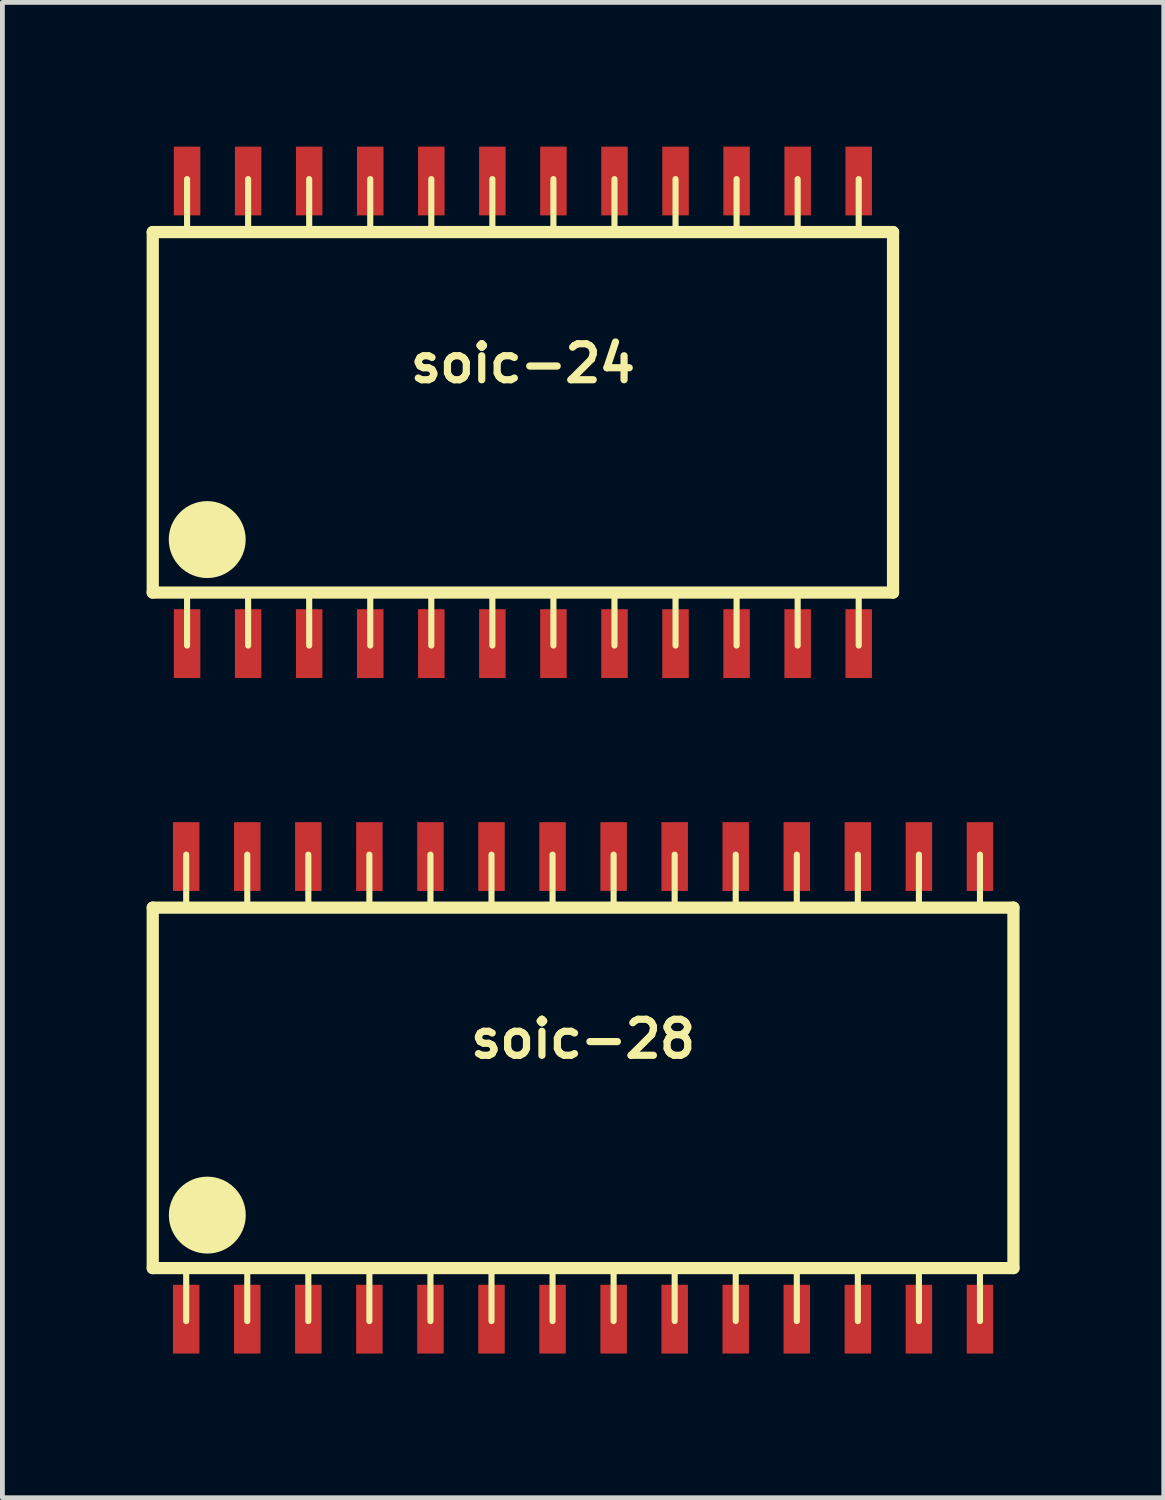
<source format=kicad_pcb>
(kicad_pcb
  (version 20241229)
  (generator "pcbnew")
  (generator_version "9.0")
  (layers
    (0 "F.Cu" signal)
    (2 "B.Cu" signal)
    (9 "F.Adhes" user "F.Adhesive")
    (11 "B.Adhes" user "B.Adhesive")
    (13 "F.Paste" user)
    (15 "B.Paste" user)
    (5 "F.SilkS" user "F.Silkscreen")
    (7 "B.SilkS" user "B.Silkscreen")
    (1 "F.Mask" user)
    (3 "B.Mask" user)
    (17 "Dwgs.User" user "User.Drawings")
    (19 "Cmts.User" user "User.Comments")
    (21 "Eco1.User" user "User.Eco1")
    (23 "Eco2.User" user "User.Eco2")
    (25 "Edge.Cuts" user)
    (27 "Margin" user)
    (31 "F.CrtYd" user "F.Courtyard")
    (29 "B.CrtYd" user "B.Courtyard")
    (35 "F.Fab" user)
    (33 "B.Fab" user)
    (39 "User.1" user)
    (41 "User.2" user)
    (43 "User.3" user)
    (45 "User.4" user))
  (footprint "soic-28"
    (layer "F.Cu")
    (at 9.078 19.577)
    (property "Reference" "soic-28" (at 0 -1.016 0) (layer "F.SilkS") (effects (font (size 0.749 0.749) (thickness 0.15))))
    (attr through_hole)
    (fp_line (start -8.951 -3.749) (end -8.951 3.749) (stroke (width 0.254) (type solid)) (layer "F.SilkS"))
    (fp_line (start -8.951 3.749) (end 8.951 3.749) (stroke (width 0.254) (type solid)) (layer "F.SilkS"))
    (fp_line (start -8.255 -4.851) (end -8.255 -3.759) (stroke (width 0.127) (type solid)) (layer "F.SilkS"))
    (fp_line (start -8.255 3.759) (end -8.255 4.851) (stroke (width 0.127) (type solid)) (layer "F.SilkS"))
    (fp_line (start -6.985 -3.759) (end -6.985 -4.851) (stroke (width 0.127) (type solid)) (layer "F.SilkS"))
    (fp_line (start -6.985 4.851) (end -6.985 3.759) (stroke (width 0.127) (type solid)) (layer "F.SilkS"))
    (fp_line (start -5.715 -3.759) (end -5.715 -4.851) (stroke (width 0.127) (type solid)) (layer "F.SilkS"))
    (fp_line (start -5.715 4.851) (end -5.715 3.759) (stroke (width 0.127) (type solid)) (layer "F.SilkS"))
    (fp_line (start -4.445 -3.759) (end -4.445 -4.851) (stroke (width 0.127) (type solid)) (layer "F.SilkS"))
    (fp_line (start -4.445 3.759) (end -4.445 4.851) (stroke (width 0.127) (type solid)) (layer "F.SilkS"))
    (fp_line (start -3.175 -3.759) (end -3.175 -4.851) (stroke (width 0.127) (type solid)) (layer "F.SilkS"))
    (fp_line (start -3.175 4.851) (end -3.175 3.759) (stroke (width 0.127) (type solid)) (layer "F.SilkS"))
    (fp_line (start -1.905 -4.851) (end -1.905 -3.759) (stroke (width 0.127) (type solid)) (layer "F.SilkS"))
    (fp_line (start -1.905 4.851) (end -1.905 3.759) (stroke (width 0.127) (type solid)) (layer "F.SilkS"))
    (fp_line (start -0.635 -4.851) (end -0.635 -3.759) (stroke (width 0.127) (type solid)) (layer "F.SilkS"))
    (fp_line (start -0.635 4.851) (end -0.635 3.759) (stroke (width 0.127) (type solid)) (layer "F.SilkS"))
    (fp_line (start 0.635 -4.851) (end 0.635 -3.759) (stroke (width 0.127) (type solid)) (layer "F.SilkS"))
    (fp_line (start 0.635 4.851) (end 0.635 3.759) (stroke (width 0.127) (type solid)) (layer "F.SilkS"))
    (fp_line (start 1.905 -3.759) (end 1.905 -4.851) (stroke (width 0.127) (type solid)) (layer "F.SilkS"))
    (fp_line (start 1.905 3.759) (end 1.905 4.851) (stroke (width 0.127) (type solid)) (layer "F.SilkS"))
    (fp_line (start 3.175 -3.759) (end 3.175 -4.851) (stroke (width 0.127) (type solid)) (layer "F.SilkS"))
    (fp_line (start 3.175 3.759) (end 3.175 4.851) (stroke (width 0.127) (type solid)) (layer "F.SilkS"))
    (fp_line (start 4.445 -3.759) (end 4.445 -4.851) (stroke (width 0.127) (type solid)) (layer "F.SilkS"))
    (fp_line (start 4.445 3.759) (end 4.445 4.851) (stroke (width 0.127) (type solid)) (layer "F.SilkS"))
    (fp_line (start 5.715 -4.851) (end 5.715 -3.759) (stroke (width 0.127) (type solid)) (layer "F.SilkS"))
    (fp_line (start 5.715 3.759) (end 5.715 4.851) (stroke (width 0.127) (type solid)) (layer "F.SilkS"))
    (fp_line (start 6.985 -4.851) (end 6.985 -3.759) (stroke (width 0.127) (type solid)) (layer "F.SilkS"))
    (fp_line (start 6.985 3.759) (end 6.985 4.851) (stroke (width 0.127) (type solid)) (layer "F.SilkS"))
    (fp_line (start 8.255 -4.851) (end 8.255 -3.759) (stroke (width 0.127) (type solid)) (layer "F.SilkS"))
    (fp_line (start 8.255 3.759) (end 8.255 4.851) (stroke (width 0.127) (type solid)) (layer "F.SilkS"))
    (fp_line (start 8.951 -3.749) (end -8.951 -3.749) (stroke (width 0.254) (type solid)) (layer "F.SilkS"))
    (fp_line (start 8.951 3.749) (end 8.951 -3.749) (stroke (width 0.254) (type solid)) (layer "F.SilkS"))
    (fp_circle (center -7.816 2.647) (end -7.416 2.647) (stroke (width 0.8) (type solid)) (fill no) (layer "F.SilkS"))
    (pad "1" smd rect (at -8.255 4.811) (size 0.551 1.43) (layers "F.Cu" "F.Mask" "F.Paste"))
    (pad "2" smd rect (at -6.985 4.811) (size 0.551 1.43) (layers "F.Cu" "F.Mask" "F.Paste"))
    (pad "3" smd rect (at -5.715 4.811) (size 0.551 1.43) (layers "F.Cu" "F.Mask" "F.Paste"))
    (pad "4" smd rect (at -4.445 4.811) (size 0.551 1.43) (layers "F.Cu" "F.Mask" "F.Paste"))
    (pad "5" smd rect (at -3.175 4.811) (size 0.551 1.43) (layers "F.Cu" "F.Mask" "F.Paste"))
    (pad "6" smd rect (at -1.905 4.811) (size 0.551 1.43) (layers "F.Cu" "F.Mask" "F.Paste"))
    (pad "7" smd rect (at -0.635 4.811) (size 0.551 1.43) (layers "F.Cu" "F.Mask" "F.Paste"))
    (pad "8" smd rect (at 0.635 4.811) (size 0.551 1.43) (layers "F.Cu" "F.Mask" "F.Paste"))
    (pad "9" smd rect (at 1.905 4.811) (size 0.551 1.43) (layers "F.Cu" "F.Mask" "F.Paste"))
    (pad "10" smd rect (at 3.175 4.811) (size 0.551 1.43) (layers "F.Cu" "F.Mask" "F.Paste"))
    (pad "11" smd rect (at 4.445 4.811) (size 0.551 1.43) (layers "F.Cu" "F.Mask" "F.Paste"))
    (pad "12" smd rect (at 5.715 4.811) (size 0.551 1.43) (layers "F.Cu" "F.Mask" "F.Paste"))
    (pad "13" smd rect (at 6.985 4.811) (size 0.551 1.43) (layers "F.Cu" "F.Mask" "F.Paste"))
    (pad "14" smd rect (at 8.255 4.811) (size 0.551 1.43) (layers "F.Cu" "F.Mask" "F.Paste"))
    (pad "15" smd rect (at 8.255 -4.811) (size 0.551 1.43) (layers "F.Cu" "F.Mask" "F.Paste"))
    (pad "16" smd rect (at 6.985 -4.811) (size 0.551 1.43) (layers "F.Cu" "F.Mask" "F.Paste"))
    (pad "17" smd rect (at 5.715 -4.811) (size 0.551 1.43) (layers "F.Cu" "F.Mask" "F.Paste"))
    (pad "18" smd rect (at 4.445 -4.811) (size 0.551 1.43) (layers "F.Cu" "F.Mask" "F.Paste"))
    (pad "19" smd rect (at 3.175 -4.811) (size 0.551 1.43) (layers "F.Cu" "F.Mask" "F.Paste"))
    (pad "20" smd rect (at 1.905 -4.811) (size 0.551 1.43) (layers "F.Cu" "F.Mask" "F.Paste"))
    (pad "21" smd rect (at 0.635 -4.811) (size 0.551 1.43) (layers "F.Cu" "F.Mask" "F.Paste"))
    (pad "22" smd rect (at -0.635 -4.811) (size 0.551 1.43) (layers "F.Cu" "F.Mask" "F.Paste"))
    (pad "23" smd rect (at -1.905 -4.811) (size 0.551 1.43) (layers "F.Cu" "F.Mask" "F.Paste"))
    (pad "24" smd rect (at -3.175 -4.811) (size 0.551 1.43) (layers "F.Cu" "F.Mask" "F.Paste"))
    (pad "25" smd rect (at -4.445 -4.811) (size 0.551 1.43) (layers "F.Cu" "F.Mask" "F.Paste"))
    (pad "26" smd rect (at -5.715 -4.811) (size 0.551 1.43) (layers "F.Cu" "F.Mask" "F.Paste"))
    (pad "27" smd rect (at -6.985 -4.811) (size 0.551 1.43) (layers "F.Cu" "F.Mask" "F.Paste"))
    (pad "28" smd rect (at -8.255 -4.811) (size 0.551 1.43) (layers "F.Cu" "F.Mask" "F.Paste")))
  (footprint "soic-24"
    (layer "F.Cu")
    (at 7.826 5.526)
    (property "Reference" "soic-24" (at 0 -1.016 0) (layer "F.SilkS") (effects (font (size 0.749 0.749) (thickness 0.15))))
    (attr through_hole)
    (fp_line (start -7.699 -3.749) (end -7.699 3.749) (stroke (width 0.254) (type solid)) (layer "F.SilkS"))
    (fp_line (start -7.699 -3.749) (end 7.699 -3.749) (stroke (width 0.254) (type solid)) (layer "F.SilkS"))
    (fp_line (start -6.985 -3.759) (end -6.985 -4.851) (stroke (width 0.127) (type solid)) (layer "F.SilkS"))
    (fp_line (start -6.985 4.851) (end -6.985 3.759) (stroke (width 0.127) (type solid)) (layer "F.SilkS"))
    (fp_line (start -5.715 -3.759) (end -5.715 -4.851) (stroke (width 0.127) (type solid)) (layer "F.SilkS"))
    (fp_line (start -5.715 4.851) (end -5.715 3.759) (stroke (width 0.127) (type solid)) (layer "F.SilkS"))
    (fp_line (start -4.445 -3.759) (end -4.445 -4.851) (stroke (width 0.127) (type solid)) (layer "F.SilkS"))
    (fp_line (start -4.445 3.759) (end -4.445 4.851) (stroke (width 0.127) (type solid)) (layer "F.SilkS"))
    (fp_line (start -3.175 -3.759) (end -3.175 -4.851) (stroke (width 0.127) (type solid)) (layer "F.SilkS"))
    (fp_line (start -3.175 4.851) (end -3.175 3.759) (stroke (width 0.127) (type solid)) (layer "F.SilkS"))
    (fp_line (start -1.905 -4.851) (end -1.905 -3.759) (stroke (width 0.127) (type solid)) (layer "F.SilkS"))
    (fp_line (start -1.905 4.851) (end -1.905 3.759) (stroke (width 0.127) (type solid)) (layer "F.SilkS"))
    (fp_line (start -0.635 -4.851) (end -0.635 -3.759) (stroke (width 0.127) (type solid)) (layer "F.SilkS"))
    (fp_line (start -0.635 4.851) (end -0.635 3.759) (stroke (width 0.127) (type solid)) (layer "F.SilkS"))
    (fp_line (start 0.635 -4.851) (end 0.635 -3.759) (stroke (width 0.127) (type solid)) (layer "F.SilkS"))
    (fp_line (start 0.635 4.851) (end 0.635 3.759) (stroke (width 0.127) (type solid)) (layer "F.SilkS"))
    (fp_line (start 1.905 -3.759) (end 1.905 -4.851) (stroke (width 0.127) (type solid)) (layer "F.SilkS"))
    (fp_line (start 1.905 3.759) (end 1.905 4.851) (stroke (width 0.127) (type solid)) (layer "F.SilkS"))
    (fp_line (start 3.175 -3.759) (end 3.175 -4.851) (stroke (width 0.127) (type solid)) (layer "F.SilkS"))
    (fp_line (start 3.175 3.759) (end 3.175 4.851) (stroke (width 0.127) (type solid)) (layer "F.SilkS"))
    (fp_line (start 4.445 -3.759) (end 4.445 -4.851) (stroke (width 0.127) (type solid)) (layer "F.SilkS"))
    (fp_line (start 4.445 3.759) (end 4.445 4.851) (stroke (width 0.127) (type solid)) (layer "F.SilkS"))
    (fp_line (start 5.715 -4.851) (end 5.715 -3.759) (stroke (width 0.127) (type solid)) (layer "F.SilkS"))
    (fp_line (start 5.715 3.759) (end 5.715 4.851) (stroke (width 0.127) (type solid)) (layer "F.SilkS"))
    (fp_line (start 6.985 -4.851) (end 6.985 -3.759) (stroke (width 0.127) (type solid)) (layer "F.SilkS"))
    (fp_line (start 6.985 3.759) (end 6.985 4.851) (stroke (width 0.127) (type solid)) (layer "F.SilkS"))
    (fp_line (start 7.699 3.749) (end -7.699 3.749) (stroke (width 0.254) (type solid)) (layer "F.SilkS"))
    (fp_line (start 7.699 3.749) (end 7.699 -3.749) (stroke (width 0.254) (type solid)) (layer "F.SilkS"))
    (fp_circle (center -6.566 2.647) (end -6.166 2.647) (stroke (width 0.8) (type solid)) (fill no) (layer "F.SilkS"))
    (pad "1" smd rect (at -6.985 4.811) (size 0.551 1.43) (layers "F.Cu" "F.Mask" "F.Paste"))
    (pad "2" smd rect (at -5.715 4.811) (size 0.551 1.43) (layers "F.Cu" "F.Mask" "F.Paste"))
    (pad "3" smd rect (at -4.445 4.811) (size 0.551 1.43) (layers "F.Cu" "F.Mask" "F.Paste"))
    (pad "4" smd rect (at -3.175 4.811) (size 0.551 1.43) (layers "F.Cu" "F.Mask" "F.Paste"))
    (pad "5" smd rect (at -1.905 4.811) (size 0.551 1.43) (layers "F.Cu" "F.Mask" "F.Paste"))
    (pad "6" smd rect (at -0.635 4.811) (size 0.551 1.43) (layers "F.Cu" "F.Mask" "F.Paste"))
    (pad "7" smd rect (at 0.635 4.811) (size 0.551 1.43) (layers "F.Cu" "F.Mask" "F.Paste"))
    (pad "8" smd rect (at 1.905 4.811) (size 0.551 1.43) (layers "F.Cu" "F.Mask" "F.Paste"))
    (pad "9" smd rect (at 3.175 4.811) (size 0.551 1.43) (layers "F.Cu" "F.Mask" "F.Paste"))
    (pad "10" smd rect (at 4.445 4.811) (size 0.551 1.43) (layers "F.Cu" "F.Mask" "F.Paste"))
    (pad "11" smd rect (at 5.715 4.811) (size 0.551 1.43) (layers "F.Cu" "F.Mask" "F.Paste"))
    (pad "12" smd rect (at 6.985 4.811) (size 0.551 1.43) (layers "F.Cu" "F.Mask" "F.Paste"))
    (pad "13" smd rect (at 6.985 -4.811) (size 0.551 1.43) (layers "F.Cu" "F.Mask" "F.Paste"))
    (pad "14" smd rect (at 5.715 -4.811) (size 0.551 1.43) (layers "F.Cu" "F.Mask" "F.Paste"))
    (pad "15" smd rect (at 4.445 -4.811) (size 0.551 1.43) (layers "F.Cu" "F.Mask" "F.Paste"))
    (pad "16" smd rect (at 3.175 -4.811) (size 0.551 1.43) (layers "F.Cu" "F.Mask" "F.Paste"))
    (pad "17" smd rect (at 1.905 -4.811) (size 0.551 1.43) (layers "F.Cu" "F.Mask" "F.Paste"))
    (pad "18" smd rect (at 0.635 -4.811) (size 0.551 1.43) (layers "F.Cu" "F.Mask" "F.Paste"))
    (pad "19" smd rect (at -0.635 -4.811) (size 0.551 1.43) (layers "F.Cu" "F.Mask" "F.Paste"))
    (pad "20" smd rect (at -1.905 -4.811) (size 0.551 1.43) (layers "F.Cu" "F.Mask" "F.Paste"))
    (pad "21" smd rect (at -3.175 -4.811) (size 0.551 1.43) (layers "F.Cu" "F.Mask" "F.Paste"))
    (pad "22" smd rect (at -4.445 -4.811) (size 0.551 1.43) (layers "F.Cu" "F.Mask" "F.Paste"))
    (pad "23" smd rect (at -5.715 -4.811) (size 0.551 1.43) (layers "F.Cu" "F.Mask" "F.Paste"))
    (pad "24" smd rect (at -6.985 -4.811) (size 0.551 1.43) (layers "F.Cu" "F.Mask" "F.Paste")))
  (gr_rect
    (start -3 -3)
    (end 21.156 28.103)
    (stroke (width 0.1) (type default))
    (fill no)
    (layer "Edge.Cuts")))
</source>
